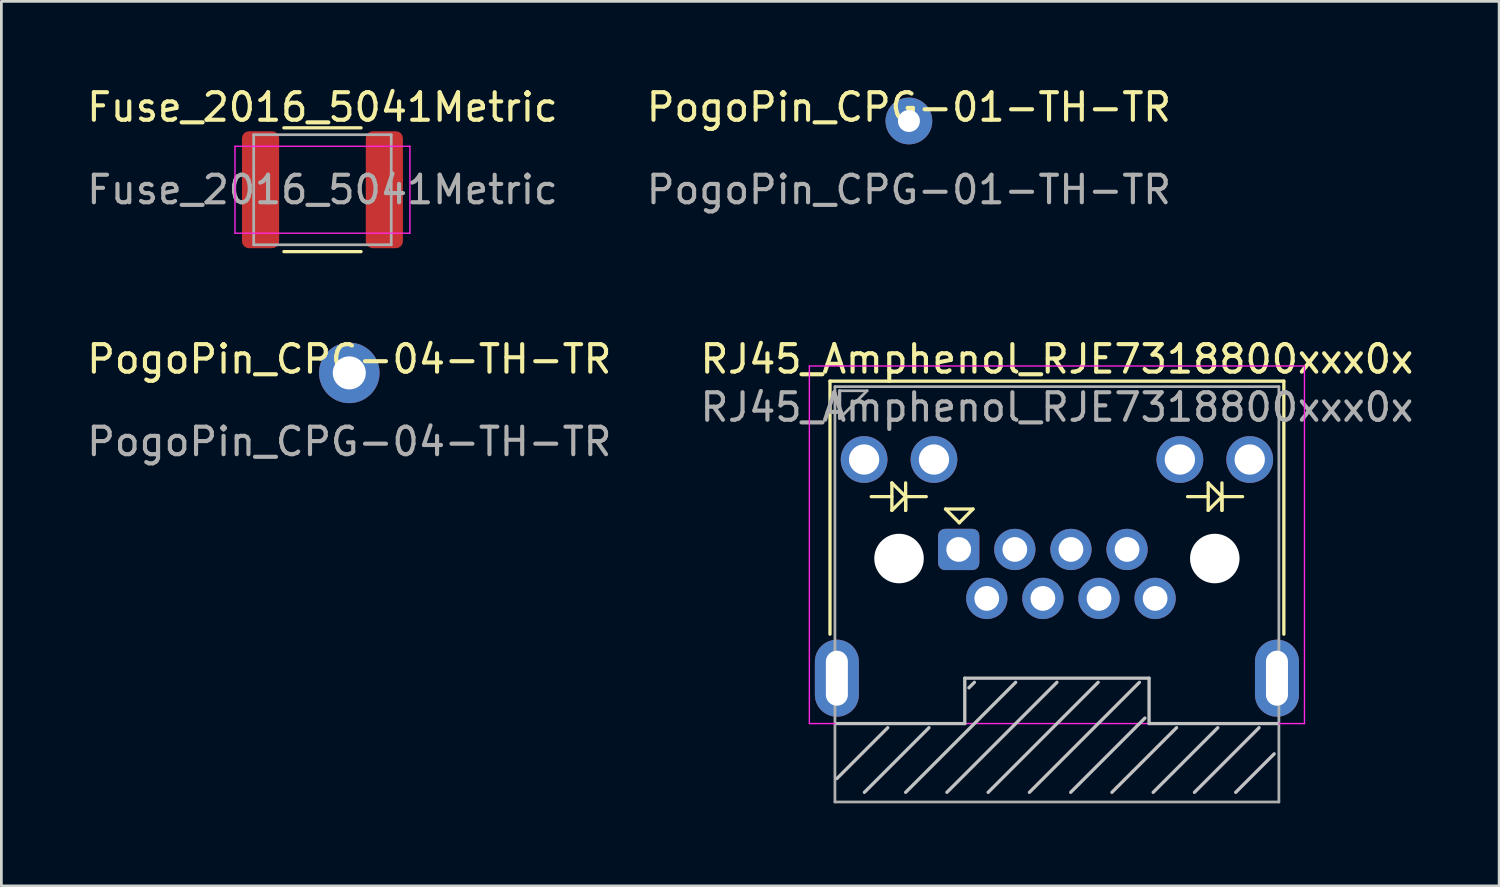
<source format=kicad_pcb>
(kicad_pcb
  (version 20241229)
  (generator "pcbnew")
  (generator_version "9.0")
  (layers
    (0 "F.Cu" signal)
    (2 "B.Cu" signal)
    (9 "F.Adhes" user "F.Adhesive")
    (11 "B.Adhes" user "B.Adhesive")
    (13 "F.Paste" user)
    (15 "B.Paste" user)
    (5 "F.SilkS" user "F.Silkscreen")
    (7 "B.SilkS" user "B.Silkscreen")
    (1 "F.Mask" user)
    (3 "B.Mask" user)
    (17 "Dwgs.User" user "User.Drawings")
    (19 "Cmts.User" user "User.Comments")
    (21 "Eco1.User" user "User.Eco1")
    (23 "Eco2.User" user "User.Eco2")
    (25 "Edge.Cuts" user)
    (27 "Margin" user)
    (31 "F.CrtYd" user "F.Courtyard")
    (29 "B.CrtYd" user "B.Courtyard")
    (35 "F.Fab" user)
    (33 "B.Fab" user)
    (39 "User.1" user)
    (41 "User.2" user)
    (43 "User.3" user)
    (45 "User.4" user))
  (footprint "PogoPin_CPG-04-TH-TR"
    (layer "F.Cu")
    (at 9.649 10.507)
    (property "Reference" "PogoPin_CPG-04-TH-TR" (at 0 -0.5 0) (unlocked yes) (layer "F.SilkS") (effects (font (size 1 1) (thickness 0.15))))
    (attr through_hole)
    (fp_text user "${REFERENCE}" (at 0 2.5 0) (unlocked yes) (layer "F.Fab") (effects (font (size 1 1) (thickness 0.15))))
    (pad "1" thru_hole circle (at 0 0) (size 2.2 2.2) (drill 1.2) (layers "*.Cu" "*.Mask")))
  (footprint "Fuse_2016_5041Metric"
    (layer "F.Cu")
    (at 8.673 3.848)
    (property "Reference" "Fuse_2016_5041Metric" (at 0 -3 0) (layer "F.SilkS") (effects (font (size 1 1) (thickness 0.15))))
    (attr smd)
    (fp_line (start -1.402 -2.25) (end 1.402 -2.25) (stroke (width 0.12) (type solid)) (layer "F.SilkS"))
    (fp_line (start -1.402 2.25) (end 1.402 2.25) (stroke (width 0.12) (type solid)) (layer "F.SilkS"))
    (fp_line (start -3.18 -1.58) (end 3.18 -1.58) (stroke (width 0.05) (type solid)) (layer "F.CrtYd"))
    (fp_line (start -3.18 1.58) (end -3.18 -1.58) (stroke (width 0.05) (type solid)) (layer "F.CrtYd"))
    (fp_line (start 3.18 -1.58) (end 3.18 1.58) (stroke (width 0.05) (type solid)) (layer "F.CrtYd"))
    (fp_line (start 3.18 1.58) (end -3.18 1.58) (stroke (width 0.05) (type solid)) (layer "F.CrtYd"))
    (fp_line (start -2.5 -2) (end 2.5 -2) (stroke (width 0.1) (type solid)) (layer "F.Fab"))
    (fp_line (start -2.5 2) (end -2.5 -2) (stroke (width 0.1) (type solid)) (layer "F.Fab"))
    (fp_line (start 2.5 -2) (end 2.5 2) (stroke (width 0.1) (type solid)) (layer "F.Fab"))
    (fp_line (start 2.5 2) (end -2.5 2) (stroke (width 0.1) (type solid)) (layer "F.Fab"))
    (fp_text user "${REFERENCE}" (at 0 0 0) (layer "F.Fab") (effects (font (size 1 1) (thickness 0.15))))
    (pad "1" smd roundrect (at -2.25 0) (size 1.35 4.25) (layers "F.Cu" "F.Mask" "F.Paste") (roundrect_rratio 0.185))
    (pad "2" smd roundrect (at 2.25 0) (size 1.35 4.25) (layers "F.Cu" "F.Mask" "F.Paste") (roundrect_rratio 0.185)))
  (footprint "PogoPin_CPG-01-TH-TR"
    (layer "F.Cu")
    (at 29.994 1.348)
    (property "Reference" "PogoPin_CPG-01-TH-TR" (at 0 -0.5 0) (unlocked yes) (layer "F.SilkS") (effects (font (size 1 1) (thickness 0.15))))
    (attr through_hole)
    (fp_text user "${REFERENCE}" (at 0 2.5 0) (unlocked yes) (layer "F.Fab") (effects (font (size 1 1) (thickness 0.15))))
    (pad "1" thru_hole circle (at 0 0) (size 1.7 1.7) (drill 0.8) (layers "*.Cu" "*.Mask")))
  (footprint "RJ45_Amphenol_RJE7318800xxx0x"
    (layer "F.Cu")
    (at 35.375 17.256)
    (property "Reference" "RJ45_Amphenol_RJE7318800xxx0x" (at 0 -7.25 0) (layer "F.SilkS") (effects (font (size 1 1) (thickness 0.15))))
    (attr through_hole)
    (fp_line (start -8.25 -6.45) (end 8.25 -6.45) (stroke (width 0.12) (type default)) (layer "F.SilkS"))
    (fp_line (start -8.25 2.75) (end -8.25 -6.45) (stroke (width 0.12) (type default)) (layer "F.SilkS"))
    (fp_line (start -6 -2.75) (end -6 -1.75) (stroke (width 0.12) (type default)) (layer "F.SilkS"))
    (fp_line (start -6 -2.25) (end -6.75 -2.25) (stroke (width 0.12) (type default)) (layer "F.SilkS"))
    (fp_line (start -6 -1.75) (end -5.5 -2.25) (stroke (width 0.12) (type default)) (layer "F.SilkS"))
    (fp_line (start -5.5 -2.75) (end -5.5 -1.75) (stroke (width 0.12) (type default)) (layer "F.SilkS"))
    (fp_line (start -5.5 -2.25) (end -6 -2.75) (stroke (width 0.12) (type default)) (layer "F.SilkS"))
    (fp_line (start -5.5 -1.75) (end -5.5 -2.25) (stroke (width 0.12) (type default)) (layer "F.SilkS"))
    (fp_line (start -4.75 -2.25) (end -5.5 -2.25) (stroke (width 0.12) (type default)) (layer "F.SilkS"))
    (fp_line (start -4.05 -1.8) (end -3.05 -1.8) (stroke (width 0.12) (type solid)) (layer "F.SilkS"))
    (fp_line (start -3.55 -1.3) (end -4.05 -1.8) (stroke (width 0.12) (type solid)) (layer "F.SilkS"))
    (fp_line (start -3.05 -1.8) (end -3.55 -1.3) (stroke (width 0.12) (type solid)) (layer "F.SilkS"))
    (fp_line (start 5.5 -2.75) (end 5.5 -1.75) (stroke (width 0.12) (type default)) (layer "F.SilkS"))
    (fp_line (start 5.5 -2.25) (end 4.75 -2.25) (stroke (width 0.12) (type default)) (layer "F.SilkS"))
    (fp_line (start 5.5 -1.75) (end 6 -2.25) (stroke (width 0.12) (type default)) (layer "F.SilkS"))
    (fp_line (start 6 -2.75) (end 6 -1.75) (stroke (width 0.12) (type default)) (layer "F.SilkS"))
    (fp_line (start 6 -2.25) (end 5.5 -2.75) (stroke (width 0.12) (type default)) (layer "F.SilkS"))
    (fp_line (start 6 -1.75) (end 6 -2.25) (stroke (width 0.12) (type default)) (layer "F.SilkS"))
    (fp_line (start 6.75 -2.25) (end 6 -2.25) (stroke (width 0.12) (type default)) (layer "F.SilkS"))
    (fp_line (start 8.25 -6.45) (end 8.25 2.75) (stroke (width 0.12) (type default)) (layer "F.SilkS"))
    (fp_line (start -6.15 6.15) (end -8 8) (stroke (width 0.12) (type default)) (layer "Dwgs.User"))
    (fp_line (start -4.65 6.15) (end -7 8.5) (stroke (width 0.12) (type default)) (layer "Dwgs.User"))
    (fp_line (start -4 8.5) (end 0 4.5) (stroke (width 0.12) (type default)) (layer "Dwgs.User"))
    (fp_line (start -3.35 4.35) (end -3.35 6) (stroke (width 0.12) (type default)) (layer "Dwgs.User"))
    (fp_line (start -3.35 6) (end -8 6) (stroke (width 0.12) (type default)) (layer "Dwgs.User"))
    (fp_line (start -3 4.5) (end -3.2 4.7) (stroke (width 0.12) (type default)) (layer "Dwgs.User"))
    (fp_line (start -2.5 8.5) (end 1.5 4.5) (stroke (width 0.12) (type default)) (layer "Dwgs.User"))
    (fp_line (start -1.5 4.5) (end -5.5 8.5) (stroke (width 0.12) (type default)) (layer "Dwgs.User"))
    (fp_line (start -1 8.5) (end 3 4.5) (stroke (width 0.12) (type default)) (layer "Dwgs.User"))
    (fp_line (start 0.5 8.5) (end 3.2 5.8) (stroke (width 0.12) (type default)) (layer "Dwgs.User"))
    (fp_line (start 2 8.5) (end 4.35 6.15) (stroke (width 0.12) (type default)) (layer "Dwgs.User"))
    (fp_line (start 3.35 4.35) (end -3.35 4.35) (stroke (width 0.12) (type default)) (layer "Dwgs.User"))
    (fp_line (start 3.35 4.35) (end 3.35 6) (stroke (width 0.12) (type default)) (layer "Dwgs.User"))
    (fp_line (start 3.35 6) (end 8 6) (stroke (width 0.12) (type default)) (layer "Dwgs.User"))
    (fp_line (start 3.5 8.5) (end 5.85 6.15) (stroke (width 0.12) (type default)) (layer "Dwgs.User"))
    (fp_line (start 5 8.5) (end 7.35 6.15) (stroke (width 0.12) (type default)) (layer "Dwgs.User"))
    (fp_line (start 6.5 8.5) (end 7.9 7.1) (stroke (width 0.12) (type default)) (layer "Dwgs.User"))
    (fp_line (start -9 -7) (end -9 6) (stroke (width 0.05) (type solid)) (layer "F.CrtYd"))
    (fp_line (start -9 -7) (end 9 -7) (stroke (width 0.05) (type solid)) (layer "F.CrtYd"))
    (fp_line (start -9 6) (end 9 6) (stroke (width 0.05) (type default)) (layer "F.CrtYd"))
    (fp_line (start 9 -7) (end 9 6) (stroke (width 0.05) (type solid)) (layer "F.CrtYd"))
    (fp_line (start -8.07 -6.25) (end -8.07 8.85) (stroke (width 0.1) (type solid)) (layer "F.Fab"))
    (fp_line (start -8.07 -6.25) (end 8.07 -6.25) (stroke (width 0.1) (type solid)) (layer "F.Fab"))
    (fp_line (start -8.07 8.85) (end 8.07 8.85) (stroke (width 0.1) (type solid)) (layer "F.Fab"))
    (fp_line (start -7.9 -6.1) (end -7.9 -5.1) (stroke (width 0.12) (type default)) (layer "F.Fab"))
    (fp_line (start -7.9 -6.1) (end -6.9 -6.1) (stroke (width 0.1) (type default)) (layer "F.Fab"))
    (fp_line (start -6.9 -6.1) (end -7.9 -5.1) (stroke (width 0.1) (type default)) (layer "F.Fab"))
    (fp_line (start 8.07 -6.25) (end 8.07 8.85) (stroke (width 0.1) (type solid)) (layer "F.Fab"))
    (fp_text user "${REFERENCE}" (at 0 -5.5 0) (layer "F.Fab") (effects (font (size 1 1) (thickness 0.15))))
    (pad "" np_thru_hole circle (at -5.74 0) (size 1.8 1.8) (drill 1.8) (layers "*.Cu" "*.Mask"))
    (pad "" np_thru_hole circle (at 5.74 0) (size 1.8 1.8) (drill 1.8) (layers "*.Cu" "*.Mask"))
    (pad "1" thru_hole roundrect (at -3.57 -0.33) (size 1.5 1.5) (drill 0.9) (layers "*.Cu" "*.Mask") (roundrect_rratio 0.167))
    (pad "2" thru_hole circle (at -2.55 1.45) (size 1.5 1.5) (drill 0.9) (layers "*.Cu" "*.Mask"))
    (pad "3" thru_hole circle (at -1.53 -0.33) (size 1.5 1.5) (drill 0.9) (layers "*.Cu" "*.Mask"))
    (pad "4" thru_hole circle (at -0.51 1.45) (size 1.5 1.5) (drill 0.9) (layers "*.Cu" "*.Mask"))
    (pad "5" thru_hole circle (at 0.51 -0.33) (size 1.5 1.5) (drill 0.9) (layers "*.Cu" "*.Mask"))
    (pad "6" thru_hole circle (at 1.53 1.45) (size 1.5 1.5) (drill 0.9) (layers "*.Cu" "*.Mask"))
    (pad "7" thru_hole circle (at 2.55 -0.33) (size 1.5 1.5) (drill 0.9) (layers "*.Cu" "*.Mask"))
    (pad "8" thru_hole circle (at 3.57 1.45) (size 1.5 1.5) (drill 0.9) (layers "*.Cu" "*.Mask"))
    (pad "9" thru_hole circle (at -7.01 -3.6) (size 1.7 1.7) (drill 1.1) (layers "*.Cu" "*.Mask"))
    (pad "10" thru_hole circle (at -4.47 -3.6) (size 1.7 1.7) (drill 1.1) (layers "*.Cu" "*.Mask"))
    (pad "11" thru_hole circle (at 4.47 -3.6) (size 1.7 1.7) (drill 1.1) (layers "*.Cu" "*.Mask"))
    (pad "12" thru_hole circle (at 7.01 -3.6) (size 1.7 1.7) (drill 1.1) (layers "*.Cu" "*.Mask"))
    (pad "SH" thru_hole oval (at -8 4.35) (size 1.6 2.8) (drill oval 0.8 2) (layers "*.Cu" "*.Mask"))
    (pad "SH" thru_hole oval (at 8 4.35) (size 1.6 2.8) (drill oval 0.8 2) (layers "*.Cu" "*.Mask")))
  (gr_rect
    (start -3 -3)
    (end 51.452 29.157)
    (stroke (width 0.1) (type default))
    (fill no)
    (layer "Edge.Cuts")))
</source>
